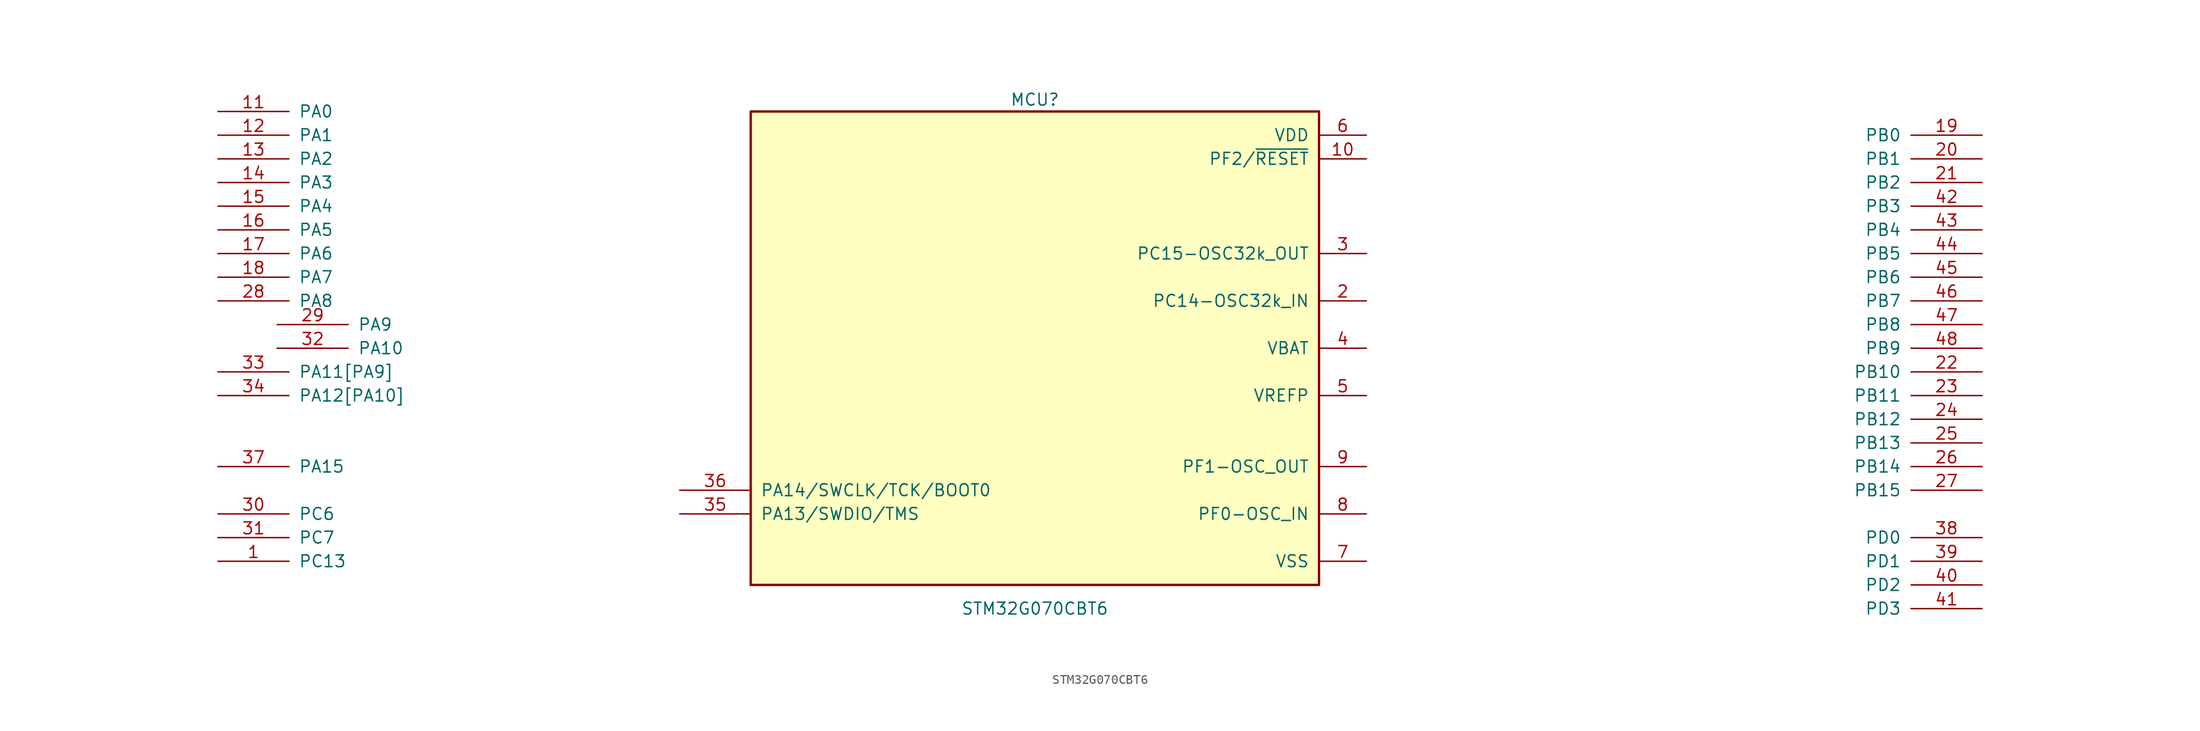
<source format=kicad_sym>
(kicad_symbol_lib
  (version 20231120)
  (generator "kicad_symbol_editor")
  (generator_version "8.0")
  (symbol "STM32G070CBT6"
    (pin_names
      (offset 1.016))
    (property "Reference" "MCU"
      (at 0 26.67 0)
      (effects (font (size 1.27 1.27))))
    (property "Value" "STM32G070CBT6"
      (at 0 -27.94 0)
      (effects (font (size 1.27 1.27))))
    (symbol "STM32G070CBT6_0_1"
      (rectangle (start -30.48 25.4) (end 30.48 -25.4) (stroke (width 0.254) (type default)) (fill (type background))))
    (symbol "STM32G070CBT6_1_1"
      (pin bidirectional line (at -87.63 -22.86 0) (length 7.62) (name "PC13" (effects (font (size 1.27 1.27)))) (number "1" (effects (font (size 1.27 1.27)))))
      (pin bidirectional line (at 35.56 20.32 180) (length 5.08) (name "PF2/~{RESET}" (effects (font (size 1.27 1.27)))) (number "10" (effects (font (size 1.27 1.27)))))
      (pin bidirectional line (at -87.63 25.4 0) (length 7.62) (name "PA0" (effects (font (size 1.27 1.27)))) (number "11" (effects (font (size 1.27 1.27)))))
      (pin bidirectional line (at -87.63 22.86 0) (length 7.62) (name "PA1" (effects (font (size 1.27 1.27)))) (number "12" (effects (font (size 1.27 1.27)))))
      (pin bidirectional line (at -87.63 20.32 0) (length 7.62) (name "PA2" (effects (font (size 1.27 1.27)))) (number "13" (effects (font (size 1.27 1.27)))))
      (pin bidirectional line (at -87.63 17.78 0) (length 7.62) (name "PA3" (effects (font (size 1.27 1.27)))) (number "14" (effects (font (size 1.27 1.27)))))
      (pin bidirectional line (at -87.63 15.24 0) (length 7.62) (name "PA4" (effects (font (size 1.27 1.27)))) (number "15" (effects (font (size 1.27 1.27)))))
      (pin bidirectional line (at -87.63 12.7 0) (length 7.62) (name "PA5" (effects (font (size 1.27 1.27)))) (number "16" (effects (font (size 1.27 1.27)))))
      (pin bidirectional line (at -87.63 10.16 0) (length 7.62) (name "PA6" (effects (font (size 1.27 1.27)))) (number "17" (effects (font (size 1.27 1.27)))))
      (pin bidirectional line (at -87.63 7.62 0) (length 7.62) (name "PA7" (effects (font (size 1.27 1.27)))) (number "18" (effects (font (size 1.27 1.27)))))
      (pin bidirectional line (at 101.6 22.86 180) (length 7.62) (name "PB0" (effects (font (size 1.27 1.27)))) (number "19" (effects (font (size 1.27 1.27)))))
      (pin bidirectional line (at 35.56 5.08 180) (length 5.08) (name "PC14-OSC32k_IN" (effects (font (size 1.27 1.27)))) (number "2" (effects (font (size 1.27 1.27)))))
      (pin bidirectional line (at 101.6 20.32 180) (length 7.62) (name "PB1" (effects (font (size 1.27 1.27)))) (number "20" (effects (font (size 1.27 1.27)))))
      (pin bidirectional line (at 101.6 17.78 180) (length 7.62) (name "PB2" (effects (font (size 1.27 1.27)))) (number "21" (effects (font (size 1.27 1.27)))))
      (pin bidirectional line (at 101.6 -2.54 180) (length 7.62) (name "PB10" (effects (font (size 1.27 1.27)))) (number "22" (effects (font (size 1.27 1.27)))))
      (pin bidirectional line (at 101.6 -5.08 180) (length 7.62) (name "PB11" (effects (font (size 1.27 1.27)))) (number "23" (effects (font (size 1.27 1.27)))))
      (pin bidirectional line (at 101.6 -7.62 180) (length 7.62) (name "PB12" (effects (font (size 1.27 1.27)))) (number "24" (effects (font (size 1.27 1.27)))))
      (pin bidirectional line (at 101.6 -10.16 180) (length 7.62) (name "PB13" (effects (font (size 1.27 1.27)))) (number "25" (effects (font (size 1.27 1.27)))))
      (pin bidirectional line (at 101.6 -12.7 180) (length 7.62) (name "PB14" (effects (font (size 1.27 1.27)))) (number "26" (effects (font (size 1.27 1.27)))))
      (pin bidirectional line (at 101.6 -15.24 180) (length 7.62) (name "PB15" (effects (font (size 1.27 1.27)))) (number "27" (effects (font (size 1.27 1.27)))))
      (pin bidirectional line (at -87.63 5.08 0) (length 7.62) (name "PA8" (effects (font (size 1.27 1.27)))) (number "28" (effects (font (size 1.27 1.27)))))
      (pin bidirectional line (at -81.28 2.54 0) (length 7.62) (name "PA9" (effects (font (size 1.27 1.27)))) (number "29" (effects (font (size 1.27 1.27)))))
      (pin bidirectional line (at 35.56 10.16 180) (length 5.08) (name "PC15-OSC32k_OUT" (effects (font (size 1.27 1.27)))) (number "3" (effects (font (size 1.27 1.27)))))
      (pin bidirectional line (at -87.63 -17.78 0) (length 7.62) (name "PC6" (effects (font (size 1.27 1.27)))) (number "30" (effects (font (size 1.27 1.27)))))
      (pin bidirectional line (at -87.63 -20.32 0) (length 7.62) (name "PC7" (effects (font (size 1.27 1.27)))) (number "31" (effects (font (size 1.27 1.27)))))
      (pin bidirectional line (at -81.28 0 0) (length 7.62) (name "PA10" (effects (font (size 1.27 1.27)))) (number "32" (effects (font (size 1.27 1.27)))))
      (pin bidirectional line (at -87.63 -2.54 0) (length 7.62) (name "PA11[PA9]" (effects (font (size 1.27 1.27)))) (number "33" (effects (font (size 1.27 1.27)))))
      (pin bidirectional line (at -87.63 -5.08 0) (length 7.62) (name "PA12[PA10]" (effects (font (size 1.27 1.27)))) (number "34" (effects (font (size 1.27 1.27)))))
      (pin bidirectional line (at -38.1 -17.78 0) (length 7.62) (name "PA13/SWDIO/TMS" (effects (font (size 1.27 1.27)))) (number "35" (effects (font (size 1.27 1.27)))))
      (pin bidirectional line (at -38.1 -15.24 0) (length 7.62) (name "PA14/SWCLK/TCK/BOOT0" (effects (font (size 1.27 1.27)))) (number "36" (effects (font (size 1.27 1.27)))))
      (pin bidirectional line (at -87.63 -12.7 0) (length 7.62) (name "PA15" (effects (font (size 1.27 1.27)))) (number "37" (effects (font (size 1.27 1.27)))))
      (pin bidirectional line (at 101.6 -20.32 180) (length 7.62) (name "PD0" (effects (font (size 1.27 1.27)))) (number "38" (effects (font (size 1.27 1.27)))))
      (pin bidirectional line (at 101.6 -22.86 180) (length 7.62) (name "PD1" (effects (font (size 1.27 1.27)))) (number "39" (effects (font (size 1.27 1.27)))))
      (pin power_in line (at 35.56 0 180) (length 5.08) (name "VBAT" (effects (font (size 1.27 1.27)))) (number "4" (effects (font (size 1.27 1.27)))))
      (pin bidirectional line (at 101.6 -25.4 180) (length 7.62) (name "PD2" (effects (font (size 1.27 1.27)))) (number "40" (effects (font (size 1.27 1.27)))))
      (pin bidirectional line (at 101.6 -27.94 180) (length 7.62) (name "PD3" (effects (font (size 1.27 1.27)))) (number "41" (effects (font (size 1.27 1.27)))))
      (pin bidirectional line (at 101.6 15.24 180) (length 7.62) (name "PB3" (effects (font (size 1.27 1.27)))) (number "42" (effects (font (size 1.27 1.27)))))
      (pin bidirectional line (at 101.6 12.7 180) (length 7.62) (name "PB4" (effects (font (size 1.27 1.27)))) (number "43" (effects (font (size 1.27 1.27)))))
      (pin bidirectional line (at 101.6 10.16 180) (length 7.62) (name "PB5" (effects (font (size 1.27 1.27)))) (number "44" (effects (font (size 1.27 1.27)))))
      (pin bidirectional line (at 101.6 7.62 180) (length 7.62) (name "PB6" (effects (font (size 1.27 1.27)))) (number "45" (effects (font (size 1.27 1.27)))))
      (pin bidirectional line (at 101.6 5.08 180) (length 7.62) (name "PB7" (effects (font (size 1.27 1.27)))) (number "46" (effects (font (size 1.27 1.27)))))
      (pin bidirectional line (at 101.6 2.54 180) (length 7.62) (name "PB8" (effects (font (size 1.27 1.27)))) (number "47" (effects (font (size 1.27 1.27)))))
      (pin bidirectional line (at 101.6 0 180) (length 7.62) (name "PB9" (effects (font (size 1.27 1.27)))) (number "48" (effects (font (size 1.27 1.27)))))
      (pin power_in line (at 35.56 -5.08 180) (length 5.08) (name "VREFP" (effects (font (size 1.27 1.27)))) (number "5" (effects (font (size 1.27 1.27)))))
      (pin power_in line (at 35.56 22.86 180) (length 5.08) (name "VDD" (effects (font (size 1.27 1.27)))) (number "6" (effects (font (size 1.27 1.27)))))
      (pin power_in line (at 35.56 -22.86 180) (length 5.08) (name "VSS" (effects (font (size 1.27 1.27)))) (number "7" (effects (font (size 1.27 1.27)))))
      (pin bidirectional line (at 35.56 -17.78 180) (length 5.08) (name "PF0-OSC_IN" (effects (font (size 1.27 1.27)))) (number "8" (effects (font (size 1.27 1.27)))))
      (pin bidirectional line (at 35.56 -12.7 180) (length 5.08) (name "PF1-OSC_OUT" (effects (font (size 1.27 1.27)))) (number "9" (effects (font (size 1.27 1.27))))))))
</source>
